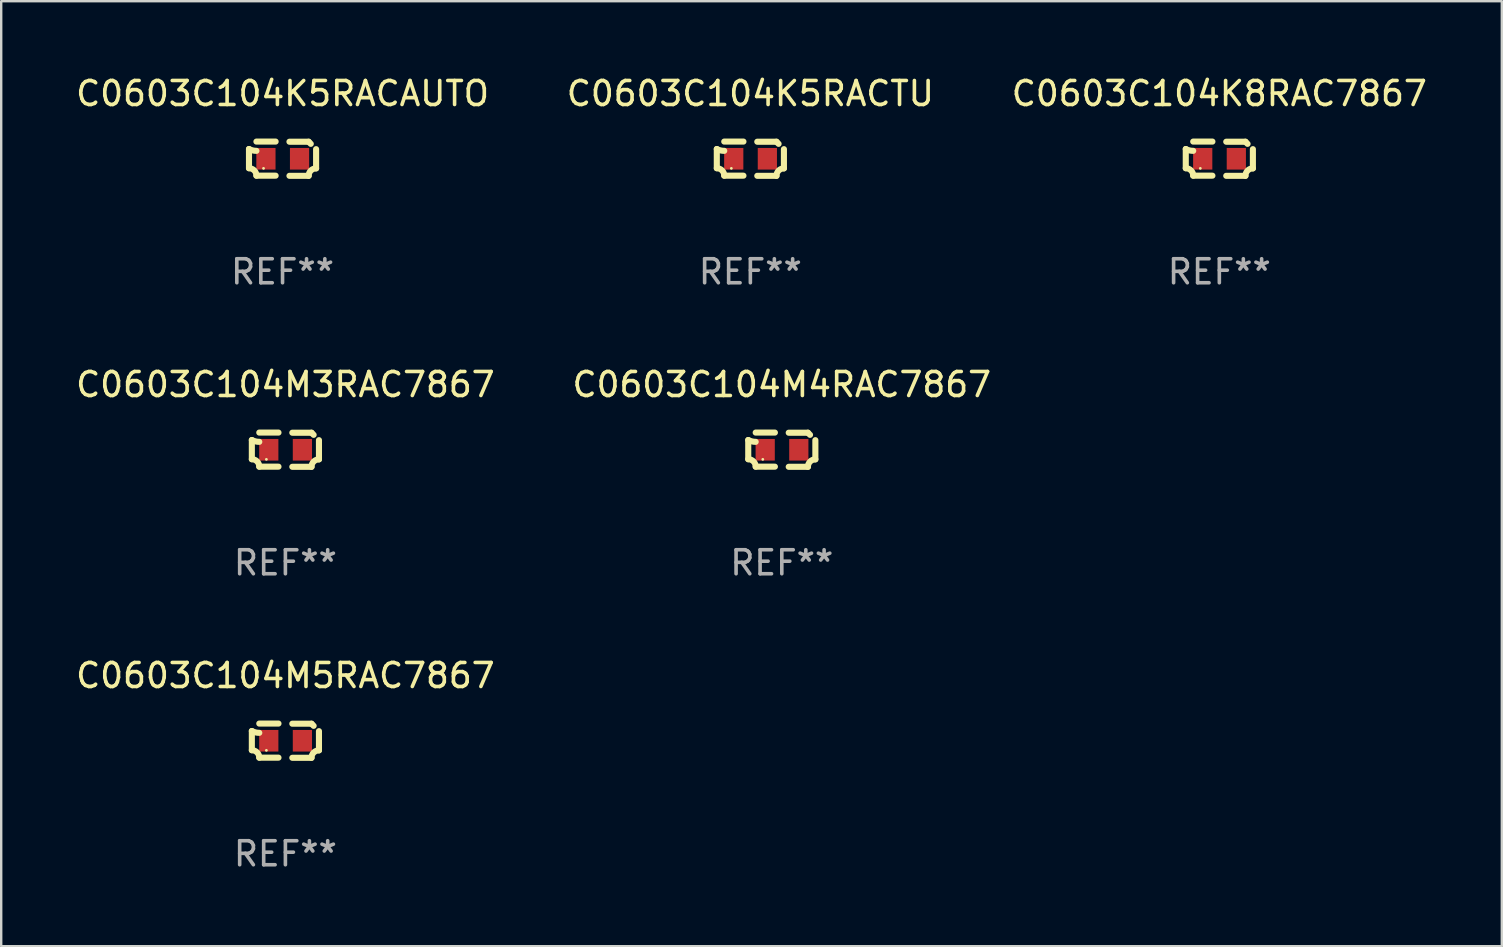
<source format=kicad_pcb>
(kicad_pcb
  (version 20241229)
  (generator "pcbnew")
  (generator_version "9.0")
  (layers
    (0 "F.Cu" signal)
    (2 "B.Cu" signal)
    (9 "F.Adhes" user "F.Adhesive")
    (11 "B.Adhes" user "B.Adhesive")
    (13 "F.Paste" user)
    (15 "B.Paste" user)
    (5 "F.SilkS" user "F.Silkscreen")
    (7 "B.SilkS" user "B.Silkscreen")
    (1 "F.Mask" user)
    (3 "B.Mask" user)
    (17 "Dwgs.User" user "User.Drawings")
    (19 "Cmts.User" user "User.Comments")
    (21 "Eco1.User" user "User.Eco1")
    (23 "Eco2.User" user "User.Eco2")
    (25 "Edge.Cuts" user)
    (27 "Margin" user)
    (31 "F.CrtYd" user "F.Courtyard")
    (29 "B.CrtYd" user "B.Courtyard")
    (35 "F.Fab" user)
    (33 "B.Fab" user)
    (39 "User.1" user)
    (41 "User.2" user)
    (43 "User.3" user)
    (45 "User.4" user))
  (footprint "C0603C104M5RAC7867"
    (layer "F.Cu")
    (at 8.839 27.805)
    (property "Reference" "C0603C104M5RAC7867" (at 0 -2.713 0) (layer "F.SilkS") (effects (font (size 1 1) (thickness 0.15))))
    (attr through_hole)
    (fp_line (start -1.398 -0.403) (end -1.398 0.397) (stroke (width 0.254) (type solid)) (layer "F.SilkS"))
    (fp_line (start -0.288 -0.713) (end -1.088 -0.713) (stroke (width 0.254) (type solid)) (layer "F.SilkS"))
    (fp_line (start -0.288 0.707) (end -1.088 0.707) (stroke (width 0.254) (type solid)) (layer "F.SilkS"))
    (fp_line (start 0.288 -0.707) (end 1.088 -0.707) (stroke (width 0.254) (type solid)) (layer "F.SilkS"))
    (fp_line (start 0.288 0.713) (end 1.088 0.713) (stroke (width 0.254) (type solid)) (layer "F.SilkS"))
    (fp_line (start 1.398 -0.397) (end 1.398 0.403) (stroke (width 0.254) (type solid)) (layer "F.SilkS"))
    (fp_arc (start -1.397789 0.397066) (mid -1.178701 0.487826) (end -1.08796 0.706922) (stroke (width 0.254001) (type solid)) (layer "F.SilkS"))
    (fp_arc (start -1.08796 -0.327176) (mid -1.247436 -0.346384) (end -1.39779 -0.402908) (stroke (width 0.254001) (type solid)) (layer "F.SilkS"))
    (fp_arc (start 1.087909 0.712738) (mid 1.178656 0.493655) (end 1.397739 0.402908) (stroke (width 0.254001) (type solid)) (layer "F.SilkS"))
    (fp_arc (start 1.175925 -0.618926) (mid 1.131917 -0.662923) (end 1.08791 -0.706922) (stroke (width 0.254001) (type solid)) (layer "F.SilkS"))
    (fp_circle (center -0.792 0.403) (end -0.762 0.403) (stroke (width 0.06) (type solid)) (fill no) (layer "F.SilkS"))
    (fp_text user "REF**" (at 0 4.713 0) (layer "F.Fab") (effects (font (size 1 1) (thickness 0.15))))
    (pad "1" smd rect (at -0.692 0.003) (size 0.8 0.9) (layers "F.Cu" "F.Mask" "F.Paste"))
    (pad "2" smd rect (at 0.708 0.003) (size 0.8 0.9) (layers "F.Cu" "F.Mask" "F.Paste")))
  (footprint "C0603C104K8RAC7867"
    (layer "F.Cu")
    (at 47.744 3.561)
    (property "Reference" "C0603C104K8RAC7867" (at 0 -2.713 0) (layer "F.SilkS") (effects (font (size 1 1) (thickness 0.15))))
    (attr through_hole)
    (fp_line (start -1.398 -0.403) (end -1.398 0.397) (stroke (width 0.254) (type solid)) (layer "F.SilkS"))
    (fp_line (start -0.288 -0.713) (end -1.088 -0.713) (stroke (width 0.254) (type solid)) (layer "F.SilkS"))
    (fp_line (start -0.288 0.707) (end -1.088 0.707) (stroke (width 0.254) (type solid)) (layer "F.SilkS"))
    (fp_line (start 0.288 -0.707) (end 1.088 -0.707) (stroke (width 0.254) (type solid)) (layer "F.SilkS"))
    (fp_line (start 0.288 0.713) (end 1.088 0.713) (stroke (width 0.254) (type solid)) (layer "F.SilkS"))
    (fp_line (start 1.398 -0.397) (end 1.398 0.403) (stroke (width 0.254) (type solid)) (layer "F.SilkS"))
    (fp_arc (start -1.397789 0.397066) (mid -1.178701 0.487826) (end -1.08796 0.706922) (stroke (width 0.254001) (type solid)) (layer "F.SilkS"))
    (fp_arc (start -1.08796 -0.327176) (mid -1.247436 -0.346384) (end -1.39779 -0.402908) (stroke (width 0.254001) (type solid)) (layer "F.SilkS"))
    (fp_arc (start 1.087909 0.712738) (mid 1.178656 0.493655) (end 1.397739 0.402908) (stroke (width 0.254001) (type solid)) (layer "F.SilkS"))
    (fp_arc (start 1.175925 -0.618926) (mid 1.131917 -0.662923) (end 1.08791 -0.706922) (stroke (width 0.254001) (type solid)) (layer "F.SilkS"))
    (fp_circle (center -0.792 0.403) (end -0.762 0.403) (stroke (width 0.06) (type solid)) (fill no) (layer "F.SilkS"))
    (fp_text user "REF**" (at 0 4.713 0) (layer "F.Fab") (effects (font (size 1 1) (thickness 0.15))))
    (pad "1" smd rect (at -0.692 0.003) (size 0.8 0.9) (layers "F.Cu" "F.Mask" "F.Paste"))
    (pad "2" smd rect (at 0.708 0.003) (size 0.8 0.9) (layers "F.Cu" "F.Mask" "F.Paste")))
  (footprint "C0603C104K5RACAUTO"
    (layer "F.Cu")
    (at 8.72 3.561)
    (property "Reference" "C0603C104K5RACAUTO" (at 0 -2.713 0) (layer "F.SilkS") (effects (font (size 1 1) (thickness 0.15))))
    (attr through_hole)
    (fp_line (start -1.398 -0.403) (end -1.398 0.397) (stroke (width 0.254) (type solid)) (layer "F.SilkS"))
    (fp_line (start -0.288 -0.713) (end -1.088 -0.713) (stroke (width 0.254) (type solid)) (layer "F.SilkS"))
    (fp_line (start -0.288 0.707) (end -1.088 0.707) (stroke (width 0.254) (type solid)) (layer "F.SilkS"))
    (fp_line (start 0.288 -0.707) (end 1.088 -0.707) (stroke (width 0.254) (type solid)) (layer "F.SilkS"))
    (fp_line (start 0.288 0.713) (end 1.088 0.713) (stroke (width 0.254) (type solid)) (layer "F.SilkS"))
    (fp_line (start 1.398 -0.397) (end 1.398 0.403) (stroke (width 0.254) (type solid)) (layer "F.SilkS"))
    (fp_arc (start -1.397789 0.397066) (mid -1.178701 0.487826) (end -1.08796 0.706922) (stroke (width 0.254001) (type solid)) (layer "F.SilkS"))
    (fp_arc (start -1.08796 -0.327176) (mid -1.247436 -0.346384) (end -1.39779 -0.402908) (stroke (width 0.254001) (type solid)) (layer "F.SilkS"))
    (fp_arc (start 1.087909 0.712738) (mid 1.178656 0.493655) (end 1.397739 0.402908) (stroke (width 0.254001) (type solid)) (layer "F.SilkS"))
    (fp_arc (start 1.175925 -0.618926) (mid 1.131917 -0.662923) (end 1.08791 -0.706922) (stroke (width 0.254001) (type solid)) (layer "F.SilkS"))
    (fp_circle (center -0.792 0.403) (end -0.762 0.403) (stroke (width 0.06) (type solid)) (fill no) (layer "F.SilkS"))
    (fp_text user "REF**" (at 0 4.713 0) (layer "F.Fab") (effects (font (size 1 1) (thickness 0.15))))
    (pad "1" smd rect (at -0.692 0.003) (size 0.8 0.9) (layers "F.Cu" "F.Mask" "F.Paste"))
    (pad "2" smd rect (at 0.708 0.003) (size 0.8 0.9) (layers "F.Cu" "F.Mask" "F.Paste")))
  (footprint "C0603C104M3RAC7867"
    (layer "F.Cu")
    (at 8.839 15.683)
    (property "Reference" "C0603C104M3RAC7867" (at 0 -2.713 0) (layer "F.SilkS") (effects (font (size 1 1) (thickness 0.15))))
    (attr through_hole)
    (fp_line (start -1.398 -0.403) (end -1.398 0.397) (stroke (width 0.254) (type solid)) (layer "F.SilkS"))
    (fp_line (start -0.288 -0.713) (end -1.088 -0.713) (stroke (width 0.254) (type solid)) (layer "F.SilkS"))
    (fp_line (start -0.288 0.707) (end -1.088 0.707) (stroke (width 0.254) (type solid)) (layer "F.SilkS"))
    (fp_line (start 0.288 -0.707) (end 1.088 -0.707) (stroke (width 0.254) (type solid)) (layer "F.SilkS"))
    (fp_line (start 0.288 0.713) (end 1.088 0.713) (stroke (width 0.254) (type solid)) (layer "F.SilkS"))
    (fp_line (start 1.398 -0.397) (end 1.398 0.403) (stroke (width 0.254) (type solid)) (layer "F.SilkS"))
    (fp_arc (start -1.397789 0.397066) (mid -1.178701 0.487826) (end -1.08796 0.706922) (stroke (width 0.254001) (type solid)) (layer "F.SilkS"))
    (fp_arc (start -1.08796 -0.327176) (mid -1.247436 -0.346384) (end -1.39779 -0.402908) (stroke (width 0.254001) (type solid)) (layer "F.SilkS"))
    (fp_arc (start 1.087909 0.712738) (mid 1.178656 0.493655) (end 1.397739 0.402908) (stroke (width 0.254001) (type solid)) (layer "F.SilkS"))
    (fp_arc (start 1.175925 -0.618926) (mid 1.131917 -0.662923) (end 1.08791 -0.706922) (stroke (width 0.254001) (type solid)) (layer "F.SilkS"))
    (fp_circle (center -0.792 0.403) (end -0.762 0.403) (stroke (width 0.06) (type solid)) (fill no) (layer "F.SilkS"))
    (fp_text user "REF**" (at 0 4.713 0) (layer "F.Fab") (effects (font (size 1 1) (thickness 0.15))))
    (pad "1" smd rect (at -0.692 0.003) (size 0.8 0.9) (layers "F.Cu" "F.Mask" "F.Paste"))
    (pad "2" smd rect (at 0.708 0.003) (size 0.8 0.9) (layers "F.Cu" "F.Mask" "F.Paste")))
  (footprint "C0603C104M4RAC7867"
    (layer "F.Cu")
    (at 29.518 15.683)
    (property "Reference" "C0603C104M4RAC7867" (at 0 -2.713 0) (layer "F.SilkS") (effects (font (size 1 1) (thickness 0.15))))
    (attr through_hole)
    (fp_line (start -1.398 -0.403) (end -1.398 0.397) (stroke (width 0.254) (type solid)) (layer "F.SilkS"))
    (fp_line (start -0.288 -0.713) (end -1.088 -0.713) (stroke (width 0.254) (type solid)) (layer "F.SilkS"))
    (fp_line (start -0.288 0.707) (end -1.088 0.707) (stroke (width 0.254) (type solid)) (layer "F.SilkS"))
    (fp_line (start 0.288 -0.707) (end 1.088 -0.707) (stroke (width 0.254) (type solid)) (layer "F.SilkS"))
    (fp_line (start 0.288 0.713) (end 1.088 0.713) (stroke (width 0.254) (type solid)) (layer "F.SilkS"))
    (fp_line (start 1.398 -0.397) (end 1.398 0.403) (stroke (width 0.254) (type solid)) (layer "F.SilkS"))
    (fp_arc (start -1.397789 0.397066) (mid -1.178701 0.487826) (end -1.08796 0.706922) (stroke (width 0.254001) (type solid)) (layer "F.SilkS"))
    (fp_arc (start -1.08796 -0.327176) (mid -1.247436 -0.346384) (end -1.39779 -0.402908) (stroke (width 0.254001) (type solid)) (layer "F.SilkS"))
    (fp_arc (start 1.087909 0.712738) (mid 1.178656 0.493655) (end 1.397739 0.402908) (stroke (width 0.254001) (type solid)) (layer "F.SilkS"))
    (fp_arc (start 1.175925 -0.618926) (mid 1.131917 -0.662923) (end 1.08791 -0.706922) (stroke (width 0.254001) (type solid)) (layer "F.SilkS"))
    (fp_circle (center -0.792 0.403) (end -0.762 0.403) (stroke (width 0.06) (type solid)) (fill no) (layer "F.SilkS"))
    (fp_text user "REF**" (at 0 4.713 0) (layer "F.Fab") (effects (font (size 1 1) (thickness 0.15))))
    (pad "1" smd rect (at -0.692 0.003) (size 0.8 0.9) (layers "F.Cu" "F.Mask" "F.Paste"))
    (pad "2" smd rect (at 0.708 0.003) (size 0.8 0.9) (layers "F.Cu" "F.Mask" "F.Paste")))
  (footprint "C0603C104K5RACTU"
    (layer "F.Cu")
    (at 28.208 3.561)
    (property "Reference" "C0603C104K5RACTU" (at 0 -2.713 0) (layer "F.SilkS") (effects (font (size 1 1) (thickness 0.15))))
    (attr through_hole)
    (fp_line (start -1.398 -0.403) (end -1.398 0.397) (stroke (width 0.254) (type solid)) (layer "F.SilkS"))
    (fp_line (start -0.288 -0.713) (end -1.088 -0.713) (stroke (width 0.254) (type solid)) (layer "F.SilkS"))
    (fp_line (start -0.288 0.707) (end -1.088 0.707) (stroke (width 0.254) (type solid)) (layer "F.SilkS"))
    (fp_line (start 0.288 -0.707) (end 1.088 -0.707) (stroke (width 0.254) (type solid)) (layer "F.SilkS"))
    (fp_line (start 0.288 0.713) (end 1.088 0.713) (stroke (width 0.254) (type solid)) (layer "F.SilkS"))
    (fp_line (start 1.398 -0.397) (end 1.398 0.403) (stroke (width 0.254) (type solid)) (layer "F.SilkS"))
    (fp_arc (start -1.397789 0.397066) (mid -1.178701 0.487826) (end -1.08796 0.706922) (stroke (width 0.254001) (type solid)) (layer "F.SilkS"))
    (fp_arc (start -1.08796 -0.327176) (mid -1.247436 -0.346384) (end -1.39779 -0.402908) (stroke (width 0.254001) (type solid)) (layer "F.SilkS"))
    (fp_arc (start 1.087909 0.712738) (mid 1.178656 0.493655) (end 1.397739 0.402908) (stroke (width 0.254001) (type solid)) (layer "F.SilkS"))
    (fp_arc (start 1.175925 -0.618926) (mid 1.131917 -0.662923) (end 1.08791 -0.706922) (stroke (width 0.254001) (type solid)) (layer "F.SilkS"))
    (fp_circle (center -0.792 0.403) (end -0.762 0.403) (stroke (width 0.06) (type solid)) (fill no) (layer "F.SilkS"))
    (fp_text user "REF**" (at 0 4.713 0) (layer "F.Fab") (effects (font (size 1 1) (thickness 0.15))))
    (pad "1" smd rect (at -0.692 0.003) (size 0.8 0.9) (layers "F.Cu" "F.Mask" "F.Paste"))
    (pad "2" smd rect (at 0.708 0.003) (size 0.8 0.9) (layers "F.Cu" "F.Mask" "F.Paste")))
  (gr_rect
    (start -3 -3)
    (end 59.512 36.366)
    (stroke (width 0.1) (type default))
    (fill no)
    (layer "Edge.Cuts")))
</source>
